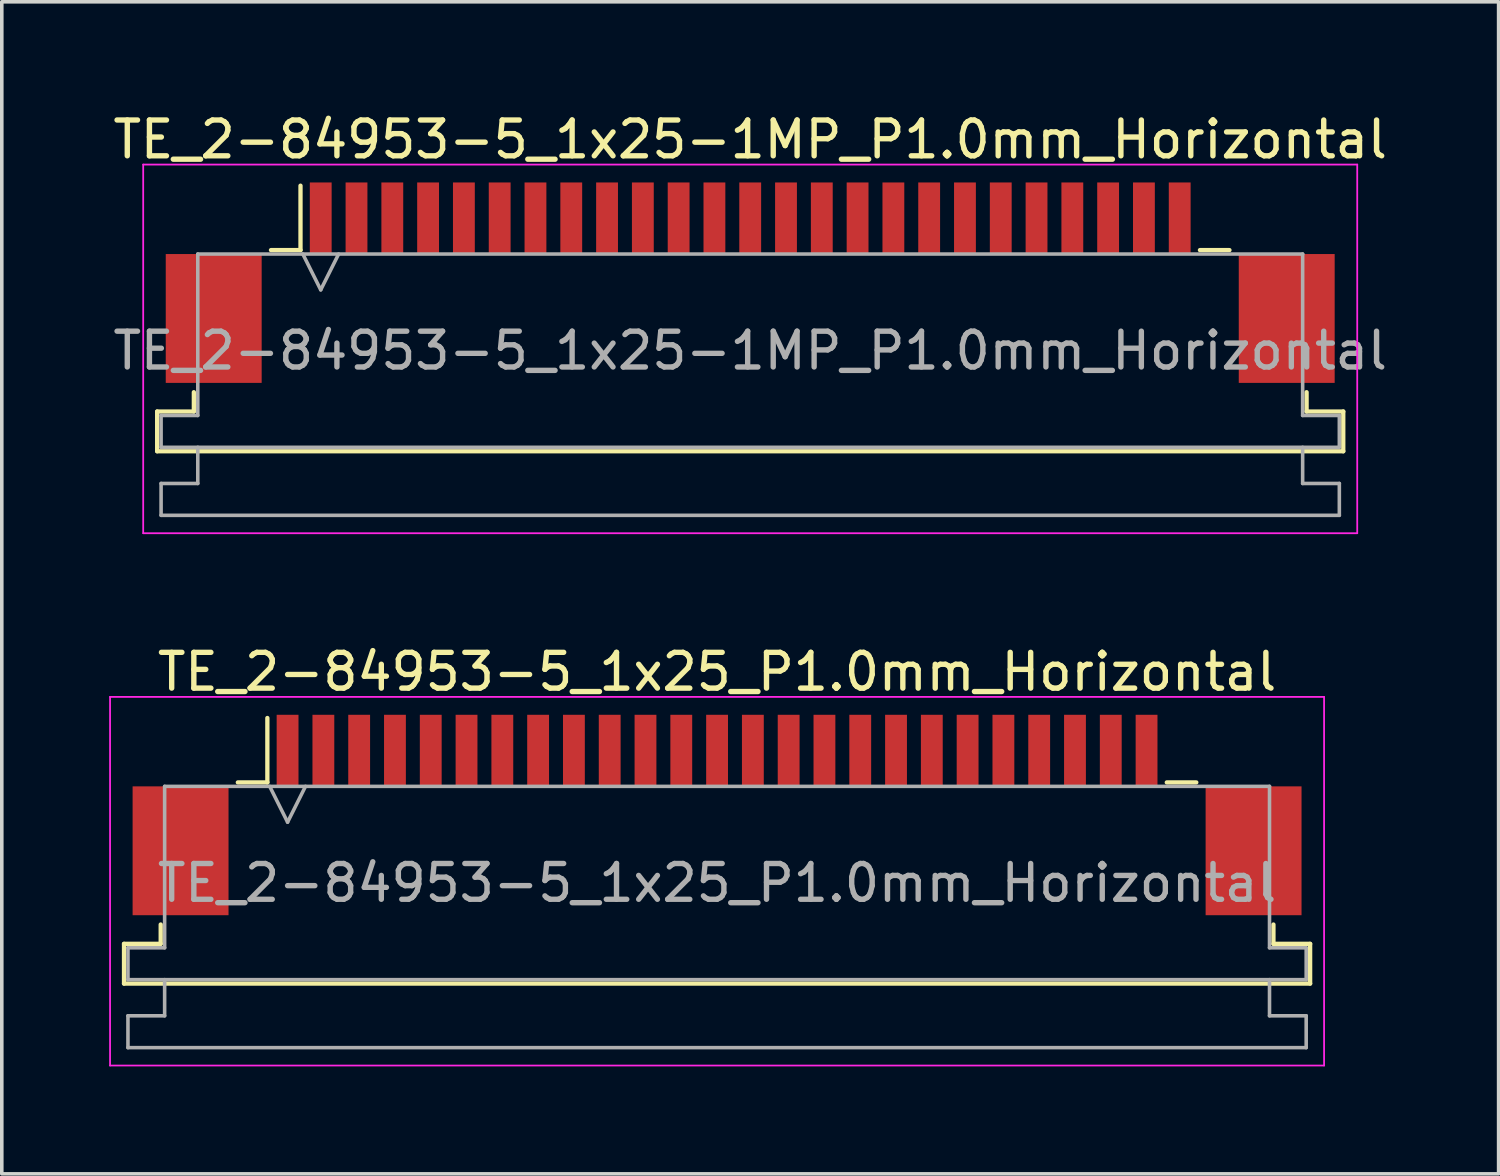
<source format=kicad_pcb>
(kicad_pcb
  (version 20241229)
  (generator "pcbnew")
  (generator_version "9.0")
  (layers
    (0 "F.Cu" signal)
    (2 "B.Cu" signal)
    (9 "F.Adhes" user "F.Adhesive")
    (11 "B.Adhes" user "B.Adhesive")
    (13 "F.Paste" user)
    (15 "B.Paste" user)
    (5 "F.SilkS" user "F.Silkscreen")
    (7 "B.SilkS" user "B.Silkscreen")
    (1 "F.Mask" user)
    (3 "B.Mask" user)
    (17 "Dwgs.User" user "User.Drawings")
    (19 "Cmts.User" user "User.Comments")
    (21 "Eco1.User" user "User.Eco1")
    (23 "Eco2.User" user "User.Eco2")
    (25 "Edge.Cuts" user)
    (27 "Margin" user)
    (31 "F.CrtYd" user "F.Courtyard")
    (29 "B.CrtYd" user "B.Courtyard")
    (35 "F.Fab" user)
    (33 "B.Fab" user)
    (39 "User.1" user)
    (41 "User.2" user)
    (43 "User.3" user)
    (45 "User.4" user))
  (footprint "TE_2-84953-5_1x25-1MP_P1.0mm_Horizontal"
    (layer "F.Cu")
    (at 17.911 4.848)
    (property "Reference" "TE_2-84953-5_1x25-1MP_P1.0mm_Horizontal" (at 0 -4 0) (layer "F.SilkS") (effects (font (size 1 1) (thickness 0.15))))
    (attr smd)
    (fp_line (start -16.57 3.6) (end -15.545 3.6) (stroke (width 0.12) (type solid)) (layer "F.SilkS"))
    (fp_line (start -16.57 4.71) (end -16.57 3.6) (stroke (width 0.12) (type solid)) (layer "F.SilkS"))
    (fp_line (start -15.545 3.6) (end -15.545 3.06) (stroke (width 0.12) (type solid)) (layer "F.SilkS"))
    (fp_line (start -13.39 -0.91) (end -12.565 -0.91) (stroke (width 0.12) (type solid)) (layer "F.SilkS"))
    (fp_line (start -12.565 -0.91) (end -12.565 -2.71) (stroke (width 0.12) (type solid)) (layer "F.SilkS"))
    (fp_line (start 12.565 -0.91) (end 13.39 -0.91) (stroke (width 0.12) (type solid)) (layer "F.SilkS"))
    (fp_line (start 15.545 3.06) (end 15.545 3.6) (stroke (width 0.12) (type solid)) (layer "F.SilkS"))
    (fp_line (start 15.545 3.6) (end 16.57 3.6) (stroke (width 0.12) (type solid)) (layer "F.SilkS"))
    (fp_line (start 16.57 3.6) (end 16.57 4.71) (stroke (width 0.12) (type solid)) (layer "F.SilkS"))
    (fp_line (start 16.57 4.71) (end -16.57 4.71) (stroke (width 0.12) (type solid)) (layer "F.SilkS"))
    (fp_line (start -16.96 -3.3) (end -16.96 7) (stroke (width 0.05) (type solid)) (layer "F.CrtYd"))
    (fp_line (start -16.96 7) (end 16.96 7) (stroke (width 0.05) (type solid)) (layer "F.CrtYd"))
    (fp_line (start 16.96 -3.3) (end -16.96 -3.3) (stroke (width 0.05) (type solid)) (layer "F.CrtYd"))
    (fp_line (start 16.96 7) (end 16.96 -3.3) (stroke (width 0.05) (type solid)) (layer "F.CrtYd"))
    (fp_line (start -16.46 3.71) (end -15.435 3.71) (stroke (width 0.1) (type solid)) (layer "F.Fab"))
    (fp_line (start -16.46 4.6) (end -16.46 3.71) (stroke (width 0.1) (type solid)) (layer "F.Fab"))
    (fp_line (start -16.46 5.61) (end -15.435 5.61) (stroke (width 0.1) (type solid)) (layer "F.Fab"))
    (fp_line (start -16.46 6.5) (end -16.46 5.61) (stroke (width 0.1) (type solid)) (layer "F.Fab"))
    (fp_line (start -15.435 -0.8) (end 15.435 -0.8) (stroke (width 0.1) (type solid)) (layer "F.Fab"))
    (fp_line (start -15.435 3.71) (end -15.435 -0.8) (stroke (width 0.1) (type solid)) (layer "F.Fab"))
    (fp_line (start -15.435 5.61) (end -15.435 4.6) (stroke (width 0.1) (type solid)) (layer "F.Fab"))
    (fp_line (start -12.5 -0.8) (end -12 0.2) (stroke (width 0.1) (type solid)) (layer "F.Fab"))
    (fp_line (start -12 0.2) (end -11.5 -0.8) (stroke (width 0.1) (type solid)) (layer "F.Fab"))
    (fp_line (start 15.435 -0.8) (end 15.435 3.71) (stroke (width 0.1) (type solid)) (layer "F.Fab"))
    (fp_line (start 15.435 3.71) (end 16.46 3.71) (stroke (width 0.1) (type solid)) (layer "F.Fab"))
    (fp_line (start 15.435 4.6) (end 15.435 5.61) (stroke (width 0.1) (type solid)) (layer "F.Fab"))
    (fp_line (start 15.435 5.61) (end 16.46 5.61) (stroke (width 0.1) (type solid)) (layer "F.Fab"))
    (fp_line (start 16.46 3.71) (end 16.46 4.6) (stroke (width 0.1) (type solid)) (layer "F.Fab"))
    (fp_line (start 16.46 4.6) (end -16.46 4.6) (stroke (width 0.1) (type solid)) (layer "F.Fab"))
    (fp_line (start 16.46 5.61) (end 16.46 6.5) (stroke (width 0.1) (type solid)) (layer "F.Fab"))
    (fp_line (start 16.46 6.5) (end -16.46 6.5) (stroke (width 0.1) (type solid)) (layer "F.Fab"))
    (fp_text user "${REFERENCE}" (at 0 1.9 0) (layer "F.Fab") (effects (font (size 1 1) (thickness 0.15))))
    (pad "1" smd rect (at -12 -1.8) (size 0.61 2) (layers "F.Cu" "F.Mask" "F.Paste"))
    (pad "2" smd rect (at -11 -1.8) (size 0.61 2) (layers "F.Cu" "F.Mask" "F.Paste"))
    (pad "3" smd rect (at -10 -1.8) (size 0.61 2) (layers "F.Cu" "F.Mask" "F.Paste"))
    (pad "4" smd rect (at -9 -1.8) (size 0.61 2) (layers "F.Cu" "F.Mask" "F.Paste"))
    (pad "5" smd rect (at -8 -1.8) (size 0.61 2) (layers "F.Cu" "F.Mask" "F.Paste"))
    (pad "6" smd rect (at -7 -1.8) (size 0.61 2) (layers "F.Cu" "F.Mask" "F.Paste"))
    (pad "7" smd rect (at -6 -1.8) (size 0.61 2) (layers "F.Cu" "F.Mask" "F.Paste"))
    (pad "8" smd rect (at -5 -1.8) (size 0.61 2) (layers "F.Cu" "F.Mask" "F.Paste"))
    (pad "9" smd rect (at -4 -1.8) (size 0.61 2) (layers "F.Cu" "F.Mask" "F.Paste"))
    (pad "10" smd rect (at -3 -1.8) (size 0.61 2) (layers "F.Cu" "F.Mask" "F.Paste"))
    (pad "11" smd rect (at -2 -1.8) (size 0.61 2) (layers "F.Cu" "F.Mask" "F.Paste"))
    (pad "12" smd rect (at -1 -1.8) (size 0.61 2) (layers "F.Cu" "F.Mask" "F.Paste"))
    (pad "13" smd rect (at 0 -1.8) (size 0.61 2) (layers "F.Cu" "F.Mask" "F.Paste"))
    (pad "14" smd rect (at 1 -1.8) (size 0.61 2) (layers "F.Cu" "F.Mask" "F.Paste"))
    (pad "15" smd rect (at 2 -1.8) (size 0.61 2) (layers "F.Cu" "F.Mask" "F.Paste"))
    (pad "16" smd rect (at 3 -1.8) (size 0.61 2) (layers "F.Cu" "F.Mask" "F.Paste"))
    (pad "17" smd rect (at 4 -1.8) (size 0.61 2) (layers "F.Cu" "F.Mask" "F.Paste"))
    (pad "18" smd rect (at 5 -1.8) (size 0.61 2) (layers "F.Cu" "F.Mask" "F.Paste"))
    (pad "19" smd rect (at 6 -1.8) (size 0.61 2) (layers "F.Cu" "F.Mask" "F.Paste"))
    (pad "20" smd rect (at 7 -1.8) (size 0.61 2) (layers "F.Cu" "F.Mask" "F.Paste"))
    (pad "21" smd rect (at 8 -1.8) (size 0.61 2) (layers "F.Cu" "F.Mask" "F.Paste"))
    (pad "22" smd rect (at 9 -1.8) (size 0.61 2) (layers "F.Cu" "F.Mask" "F.Paste"))
    (pad "23" smd rect (at 10 -1.8) (size 0.61 2) (layers "F.Cu" "F.Mask" "F.Paste"))
    (pad "24" smd rect (at 11 -1.8) (size 0.61 2) (layers "F.Cu" "F.Mask" "F.Paste"))
    (pad "25" smd rect (at 12 -1.8) (size 0.61 2) (layers "F.Cu" "F.Mask" "F.Paste"))
    (pad "MP" smd rect (at -14.99 1) (size 2.68 3.6) (layers "F.Cu" "F.Mask" "F.Paste"))
    (pad "MP" smd rect (at 14.99 1) (size 2.68 3.6) (layers "F.Cu" "F.Mask" "F.Paste")))
  (footprint "TE_2-84953-5_1x25_P1.0mm_Horizontal"
    (layer "F.Cu")
    (at 16.985 19.721)
    (property "Reference" "TE_2-84953-5_1x25_P1.0mm_Horizontal" (at 0 -4 0) (layer "F.SilkS") (effects (font (size 1 1) (thickness 0.15))))
    (attr smd)
    (fp_line (start -16.57 3.6) (end -15.545 3.6) (stroke (width 0.12) (type solid)) (layer "F.SilkS"))
    (fp_line (start -16.57 4.71) (end -16.57 3.6) (stroke (width 0.12) (type solid)) (layer "F.SilkS"))
    (fp_line (start -15.545 3.6) (end -15.545 3.06) (stroke (width 0.12) (type solid)) (layer "F.SilkS"))
    (fp_line (start -13.39 -0.91) (end -12.565 -0.91) (stroke (width 0.12) (type solid)) (layer "F.SilkS"))
    (fp_line (start -12.565 -0.91) (end -12.565 -2.71) (stroke (width 0.12) (type solid)) (layer "F.SilkS"))
    (fp_line (start 12.565 -0.91) (end 13.39 -0.91) (stroke (width 0.12) (type solid)) (layer "F.SilkS"))
    (fp_line (start 15.545 3.06) (end 15.545 3.6) (stroke (width 0.12) (type solid)) (layer "F.SilkS"))
    (fp_line (start 15.545 3.6) (end 16.57 3.6) (stroke (width 0.12) (type solid)) (layer "F.SilkS"))
    (fp_line (start 16.57 3.6) (end 16.57 4.71) (stroke (width 0.12) (type solid)) (layer "F.SilkS"))
    (fp_line (start 16.57 4.71) (end -16.57 4.71) (stroke (width 0.12) (type solid)) (layer "F.SilkS"))
    (fp_line (start -16.96 -3.3) (end -16.96 7) (stroke (width 0.05) (type solid)) (layer "F.CrtYd"))
    (fp_line (start -16.96 7) (end 16.96 7) (stroke (width 0.05) (type solid)) (layer "F.CrtYd"))
    (fp_line (start 16.96 -3.3) (end -16.96 -3.3) (stroke (width 0.05) (type solid)) (layer "F.CrtYd"))
    (fp_line (start 16.96 7) (end 16.96 -3.3) (stroke (width 0.05) (type solid)) (layer "F.CrtYd"))
    (fp_line (start -16.46 3.71) (end -15.435 3.71) (stroke (width 0.1) (type solid)) (layer "F.Fab"))
    (fp_line (start -16.46 4.6) (end -16.46 3.71) (stroke (width 0.1) (type solid)) (layer "F.Fab"))
    (fp_line (start -16.46 5.61) (end -15.435 5.61) (stroke (width 0.1) (type solid)) (layer "F.Fab"))
    (fp_line (start -16.46 6.5) (end -16.46 5.61) (stroke (width 0.1) (type solid)) (layer "F.Fab"))
    (fp_line (start -15.435 -0.8) (end 15.435 -0.8) (stroke (width 0.1) (type solid)) (layer "F.Fab"))
    (fp_line (start -15.435 3.71) (end -15.435 -0.8) (stroke (width 0.1) (type solid)) (layer "F.Fab"))
    (fp_line (start -15.435 5.61) (end -15.435 4.6) (stroke (width 0.1) (type solid)) (layer "F.Fab"))
    (fp_line (start -12.5 -0.8) (end -12 0.2) (stroke (width 0.1) (type solid)) (layer "F.Fab"))
    (fp_line (start -12 0.2) (end -11.5 -0.8) (stroke (width 0.1) (type solid)) (layer "F.Fab"))
    (fp_line (start 15.435 -0.8) (end 15.435 3.71) (stroke (width 0.1) (type solid)) (layer "F.Fab"))
    (fp_line (start 15.435 3.71) (end 16.46 3.71) (stroke (width 0.1) (type solid)) (layer "F.Fab"))
    (fp_line (start 15.435 4.6) (end 15.435 5.61) (stroke (width 0.1) (type solid)) (layer "F.Fab"))
    (fp_line (start 15.435 5.61) (end 16.46 5.61) (stroke (width 0.1) (type solid)) (layer "F.Fab"))
    (fp_line (start 16.46 3.71) (end 16.46 4.6) (stroke (width 0.1) (type solid)) (layer "F.Fab"))
    (fp_line (start 16.46 4.6) (end -16.46 4.6) (stroke (width 0.1) (type solid)) (layer "F.Fab"))
    (fp_line (start 16.46 5.61) (end 16.46 6.5) (stroke (width 0.1) (type solid)) (layer "F.Fab"))
    (fp_line (start 16.46 6.5) (end -16.46 6.5) (stroke (width 0.1) (type solid)) (layer "F.Fab"))
    (fp_text user "${REFERENCE}" (at 0 1.9 0) (layer "F.Fab") (effects (font (size 1 1) (thickness 0.15))))
    (pad "" smd rect (at -14.99 1) (size 2.68 3.6) (layers "F.Cu" "F.Mask" "F.Paste"))
    (pad "" smd rect (at 14.99 1) (size 2.68 3.6) (layers "F.Cu" "F.Mask" "F.Paste"))
    (pad "1" smd rect (at -12 -1.8) (size 0.61 2) (layers "F.Cu" "F.Mask" "F.Paste"))
    (pad "2" smd rect (at -11 -1.8) (size 0.61 2) (layers "F.Cu" "F.Mask" "F.Paste"))
    (pad "3" smd rect (at -10 -1.8) (size 0.61 2) (layers "F.Cu" "F.Mask" "F.Paste"))
    (pad "4" smd rect (at -9 -1.8) (size 0.61 2) (layers "F.Cu" "F.Mask" "F.Paste"))
    (pad "5" smd rect (at -8 -1.8) (size 0.61 2) (layers "F.Cu" "F.Mask" "F.Paste"))
    (pad "6" smd rect (at -7 -1.8) (size 0.61 2) (layers "F.Cu" "F.Mask" "F.Paste"))
    (pad "7" smd rect (at -6 -1.8) (size 0.61 2) (layers "F.Cu" "F.Mask" "F.Paste"))
    (pad "8" smd rect (at -5 -1.8) (size 0.61 2) (layers "F.Cu" "F.Mask" "F.Paste"))
    (pad "9" smd rect (at -4 -1.8) (size 0.61 2) (layers "F.Cu" "F.Mask" "F.Paste"))
    (pad "10" smd rect (at -3 -1.8) (size 0.61 2) (layers "F.Cu" "F.Mask" "F.Paste"))
    (pad "11" smd rect (at -2 -1.8) (size 0.61 2) (layers "F.Cu" "F.Mask" "F.Paste"))
    (pad "12" smd rect (at -1 -1.8) (size 0.61 2) (layers "F.Cu" "F.Mask" "F.Paste"))
    (pad "13" smd rect (at 0 -1.8) (size 0.61 2) (layers "F.Cu" "F.Mask" "F.Paste"))
    (pad "14" smd rect (at 1 -1.8) (size 0.61 2) (layers "F.Cu" "F.Mask" "F.Paste"))
    (pad "15" smd rect (at 2 -1.8) (size 0.61 2) (layers "F.Cu" "F.Mask" "F.Paste"))
    (pad "16" smd rect (at 3 -1.8) (size 0.61 2) (layers "F.Cu" "F.Mask" "F.Paste"))
    (pad "17" smd rect (at 4 -1.8) (size 0.61 2) (layers "F.Cu" "F.Mask" "F.Paste"))
    (pad "18" smd rect (at 5 -1.8) (size 0.61 2) (layers "F.Cu" "F.Mask" "F.Paste"))
    (pad "19" smd rect (at 6 -1.8) (size 0.61 2) (layers "F.Cu" "F.Mask" "F.Paste"))
    (pad "20" smd rect (at 7 -1.8) (size 0.61 2) (layers "F.Cu" "F.Mask" "F.Paste"))
    (pad "21" smd rect (at 8 -1.8) (size 0.61 2) (layers "F.Cu" "F.Mask" "F.Paste"))
    (pad "22" smd rect (at 9 -1.8) (size 0.61 2) (layers "F.Cu" "F.Mask" "F.Paste"))
    (pad "23" smd rect (at 10 -1.8) (size 0.61 2) (layers "F.Cu" "F.Mask" "F.Paste"))
    (pad "24" smd rect (at 11 -1.8) (size 0.61 2) (layers "F.Cu" "F.Mask" "F.Paste"))
    (pad "25" smd rect (at 12 -1.8) (size 0.61 2) (layers "F.Cu" "F.Mask" "F.Paste")))
  (gr_rect
    (start -3 -3)
    (end 38.821 29.747)
    (stroke (width 0.1) (type default))
    (fill no)
    (layer "Edge.Cuts")))
</source>
